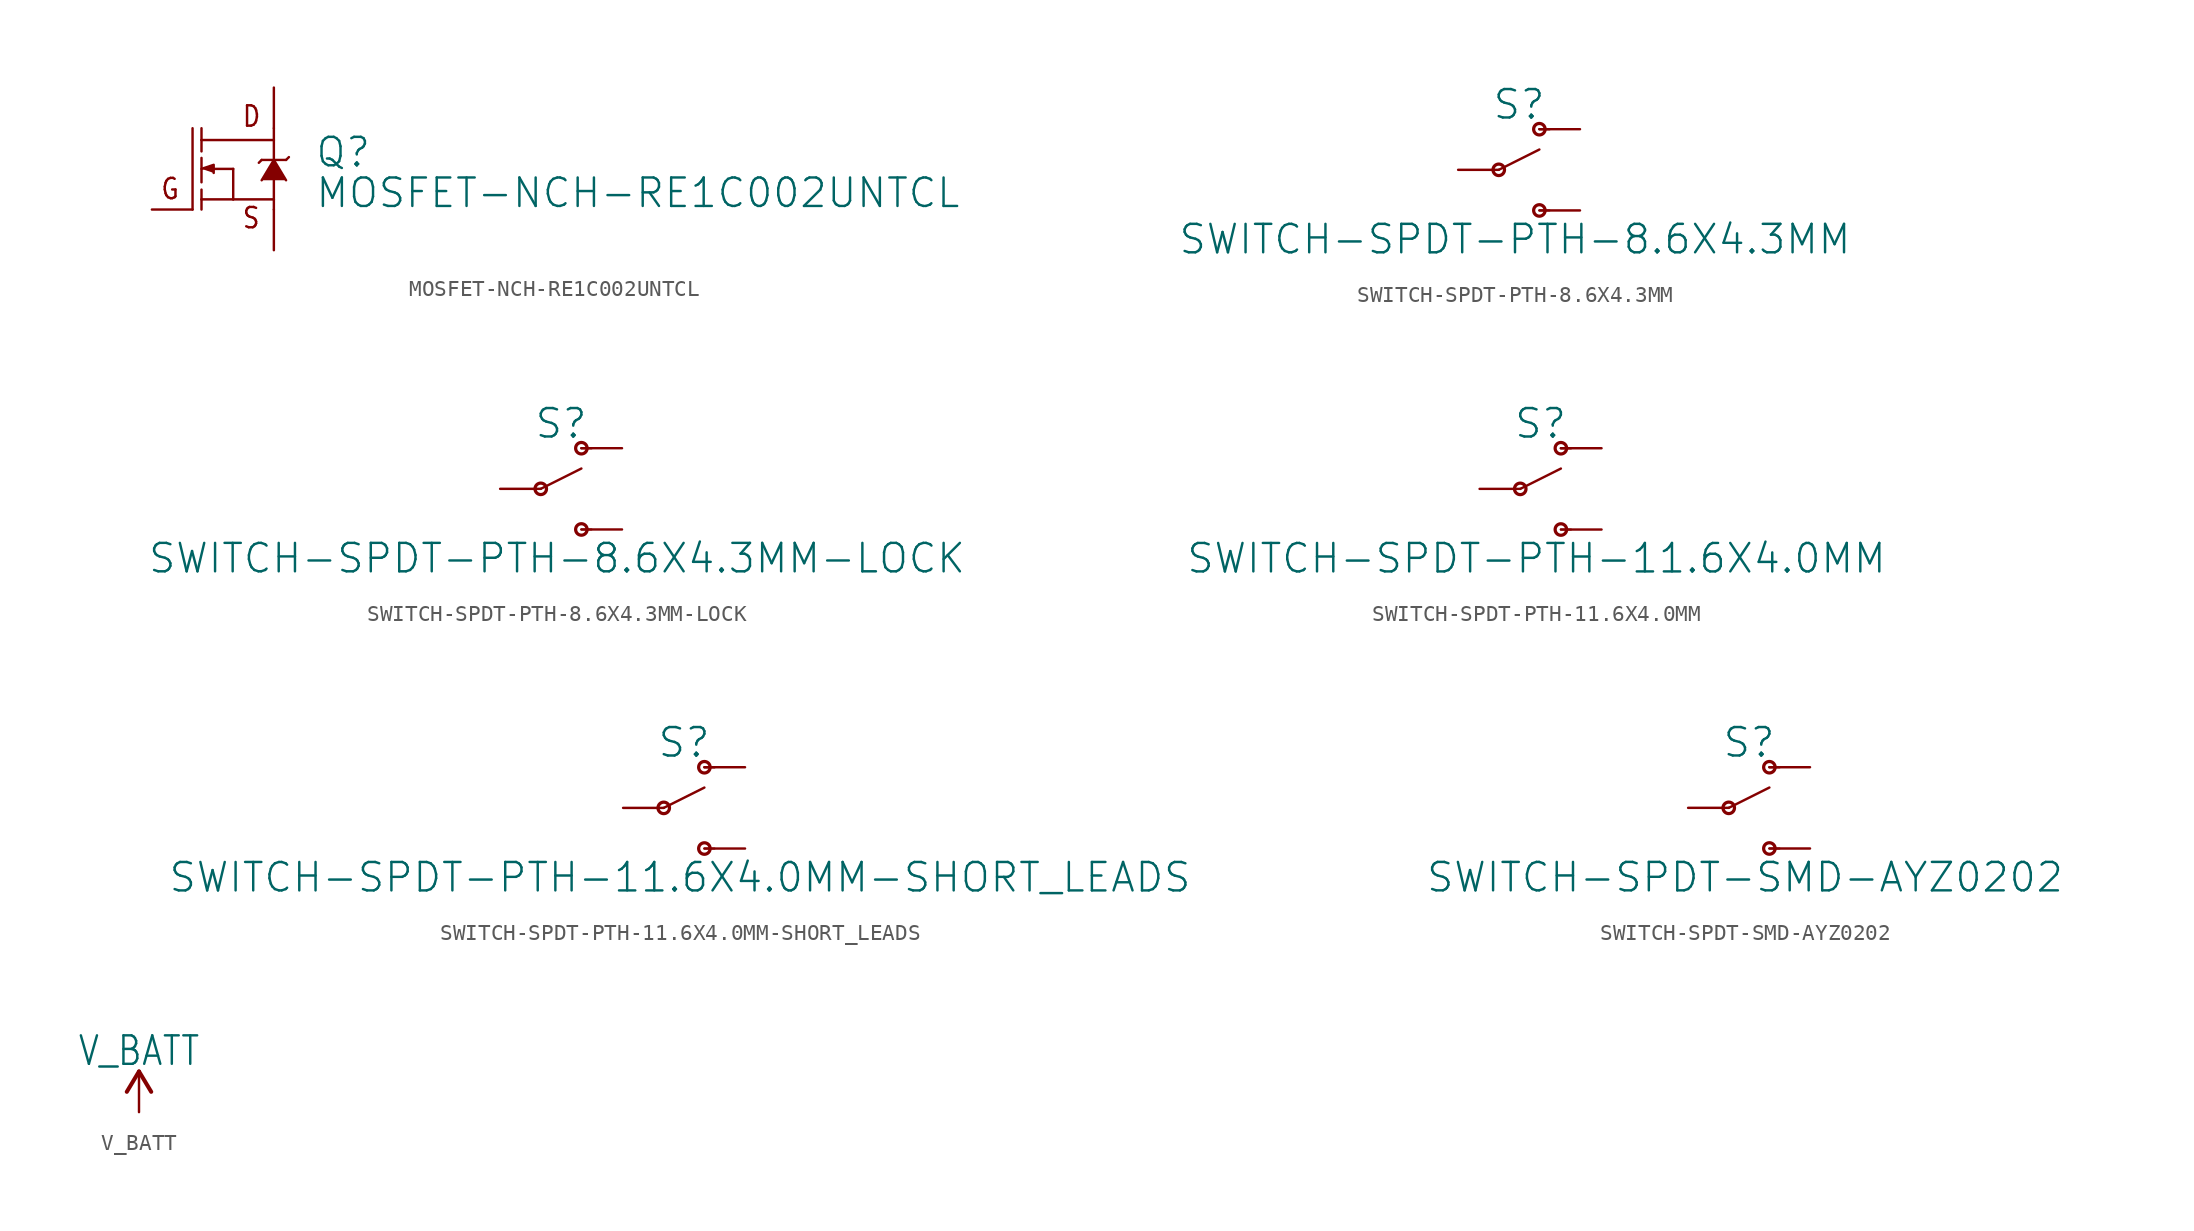
<source format=kicad_sym>
(kicad_symbol_lib
  (version 20211014)
  (generator kicad_symbol_editor)
  (symbol "MOSFET-NCH-RE1C002UNTCL"
    (property "Reference" "Q"
      (at 5.08 0 0)
      (effects (font (size 1.778 1.778)) (justify left bottom)))
    (property "Value" "MOSFET-NCH-RE1C002UNTCL"
      (at 5.08 -2.54 0)
      (effects (font (size 1.778 1.778)) (justify left bottom)))
    (property "ki_locked" ""
      (at 0 0 0)
      (effects (font (size 1.27 1.27))))
    (symbol "MOSFET-NCH-RE1C002UNTCL_1_0"
      (polyline (pts (xy -2.54 -2.54) (xy -2.54 2.54)) (stroke (width 0.152) (type default) (color 0 0 0 0)) (fill (type none)))
      (polyline (pts (xy -1.981 -1.905) (xy -1.981 -2.54)) (stroke (width 0.152) (type default) (color 0 0 0 0)) (fill (type none)))
      (polyline (pts (xy -1.981 -1.905) (xy 0 -1.905)) (stroke (width 0.152) (type default) (color 0 0 0 0)) (fill (type none)))
      (polyline (pts (xy -1.981 -1.295) (xy -1.981 -1.905)) (stroke (width 0.152) (type default) (color 0 0 0 0)) (fill (type none)))
      (polyline (pts (xy -1.981 0.686) (xy -1.981 -0.838)) (stroke (width 0.152) (type default) (color 0 0 0 0)) (fill (type none)))
      (polyline (pts (xy -1.981 1.803) (xy -1.981 1.092)) (stroke (width 0.152) (type default) (color 0 0 0 0)) (fill (type none)))
      (polyline (pts (xy -1.981 1.803) (xy 2.54 1.803)) (stroke (width 0.152) (type default) (color 0 0 0 0)) (fill (type none)))
      (polyline (pts (xy -1.981 2.54) (xy -1.981 1.803)) (stroke (width 0.152) (type default) (color 0 0 0 0)) (fill (type none)))
      (polyline (pts (xy 0 -1.905) (xy 0 0)) (stroke (width 0.152) (type default) (color 0 0 0 0)) (fill (type none)))
      (polyline (pts (xy 0 0) (xy -1.219 0)) (stroke (width 0.152) (type default) (color 0 0 0 0)) (fill (type none)))
      (polyline (pts (xy 1.6 0.381) (xy 1.778 0.559)) (stroke (width 0.152) (type default) (color 0 0 0 0)) (fill (type none)))
      (polyline (pts (xy 2.54 -2.54) (xy 2.54 -1.905)) (stroke (width 0.152) (type default) (color 0 0 0 0)) (fill (type none)))
      (polyline (pts (xy 2.54 -1.905) (xy 0 -1.905)) (stroke (width 0.152) (type default) (color 0 0 0 0)) (fill (type none)))
      (polyline (pts (xy 2.54 -0.711) (xy 2.54 -1.905)) (stroke (width 0.152) (type default) (color 0 0 0 0)) (fill (type none)))
      (polyline (pts (xy 2.54 0.559) (xy 1.778 0.559)) (stroke (width 0.152) (type default) (color 0 0 0 0)) (fill (type none)))
      (polyline (pts (xy 2.54 0.559) (xy 3.302 0.559)) (stroke (width 0.152) (type default) (color 0 0 0 0)) (fill (type none)))
      (polyline (pts (xy 2.54 1.803) (xy 2.54 0.559)) (stroke (width 0.152) (type default) (color 0 0 0 0)) (fill (type none)))
      (polyline (pts (xy 2.54 2.54) (xy 2.54 1.803)) (stroke (width 0.152) (type default) (color 0 0 0 0)) (fill (type none)))
      (polyline (pts (xy 3.302 0.559) (xy 3.48 0.737)) (stroke (width 0.152) (type default) (color 0 0 0 0)) (fill (type none)))
      (polyline (pts (xy -1.981 0) (xy -1.219 0.254) (xy -1.219 -0.254)) (stroke (width 0) (type default) (color 0 0 0 0)) (fill (type outline)))
      (polyline (pts (xy 1.778 -0.711) (xy 2.54 0.559) (xy 3.302 -0.711)) (stroke (width 0) (type default) (color 0 0 0 0)) (fill (type outline)))
      (text "D" (at 0.508 2.54 0) (effects (font (size 1.27 1.079)) (justify left bottom)))
      (text "G" (at -3.302 -0.508 0) (effects (font (size 1.27 1.079)) (justify right top)))
      (text "S" (at 0.508 -3.81 0) (effects (font (size 1.27 1.079)) (justify left bottom)))
      (pin bidirectional line (at -5.08 -2.54 0) (length 2.54) (name "G" (effects (font (size 0 0)))) (number "1" (effects (font (size 0 0)))))
      (pin bidirectional line (at 2.54 -5.08 90) (length 2.54) (name "S" (effects (font (size 0 0)))) (number "2" (effects (font (size 0 0)))))
      (pin bidirectional line (at 2.54 5.08 270) (length 2.54) (name "D" (effects (font (size 0 0)))) (number "3" (effects (font (size 0 0)))))))
  (symbol "SWITCH-SPDT-PTH-8.6X4.3MM"
    (property "Reference" "S"
      (at 1.27 3.048 0)
      (effects (font (size 1.778 1.778)) (justify bottom)))
    (property "Value" "SWITCH-SPDT-PTH-8.6X4.3MM"
      (at 1.016 -3.302 0)
      (effects (font (size 1.778 1.778)) (justify top)))
    (property "ki_locked" ""
      (at 0 0 0)
      (effects (font (size 1.27 1.27))))
    (symbol "SWITCH-SPDT-PTH-8.6X4.3MM_1_0"
      (polyline (pts (xy 0 0) (xy 2.54 1.27)) (stroke (width 0.152) (type default) (color 0 0 0 0)) (fill (type none)))
      (polyline (pts (xy 2.54 -2.54) (xy 3.175 -2.54)) (stroke (width 0.127) (type default) (color 0 0 0 0)) (fill (type none)))
      (polyline (pts (xy 2.54 2.54) (xy 3.175 2.54)) (stroke (width 0.152) (type default) (color 0 0 0 0)) (fill (type none)))
      (circle (center 0 0) (radius 0.359) (stroke (width 0.203) (type default) (color 0 0 0 0)) (fill (type none)))
      (circle (center 2.54 -2.54) (radius 0.359) (stroke (width 0.203) (type default) (color 0 0 0 0)) (fill (type none)))
      (circle (center 2.54 2.54) (radius 0.359) (stroke (width 0.203) (type default) (color 0 0 0 0)) (fill (type none)))
      (pin passive line (at 5.08 2.54 180) (length 2.54) (name "O" (effects (font (size 0 0)))) (number "1" (effects (font (size 0 0)))))
      (pin passive line (at -2.54 0 0) (length 2.54) (name "P" (effects (font (size 0 0)))) (number "2" (effects (font (size 0 0)))))
      (pin passive line (at 5.08 -2.54 180) (length 2.54) (name "S" (effects (font (size 0 0)))) (number "3" (effects (font (size 0 0)))))))
  (symbol "SWITCH-SPDT-PTH-8.6X4.3MM-LOCK"
    (property "Reference" "S"
      (at 1.27 3.048 0)
      (effects (font (size 1.778 1.778)) (justify bottom)))
    (property "Value" "SWITCH-SPDT-PTH-8.6X4.3MM-LOCK"
      (at 1.016 -3.302 0)
      (effects (font (size 1.778 1.778)) (justify top)))
    (property "ki_locked" ""
      (at 0 0 0)
      (effects (font (size 1.27 1.27))))
    (symbol "SWITCH-SPDT-PTH-8.6X4.3MM-LOCK_1_0"
      (polyline (pts (xy 0 0) (xy 2.54 1.27)) (stroke (width 0.152) (type default) (color 0 0 0 0)) (fill (type none)))
      (polyline (pts (xy 2.54 -2.54) (xy 3.175 -2.54)) (stroke (width 0.127) (type default) (color 0 0 0 0)) (fill (type none)))
      (polyline (pts (xy 2.54 2.54) (xy 3.175 2.54)) (stroke (width 0.152) (type default) (color 0 0 0 0)) (fill (type none)))
      (circle (center 0 0) (radius 0.359) (stroke (width 0.203) (type default) (color 0 0 0 0)) (fill (type none)))
      (circle (center 2.54 -2.54) (radius 0.359) (stroke (width 0.203) (type default) (color 0 0 0 0)) (fill (type none)))
      (circle (center 2.54 2.54) (radius 0.359) (stroke (width 0.203) (type default) (color 0 0 0 0)) (fill (type none)))
      (pin passive line (at 5.08 2.54 180) (length 2.54) (name "O" (effects (font (size 0 0)))) (number "1" (effects (font (size 0 0)))))
      (pin passive line (at -2.54 0 0) (length 2.54) (name "P" (effects (font (size 0 0)))) (number "2" (effects (font (size 0 0)))))
      (pin passive line (at 5.08 -2.54 180) (length 2.54) (name "S" (effects (font (size 0 0)))) (number "3" (effects (font (size 0 0)))))))
  (symbol "SWITCH-SPDT-PTH-11.6X4.0MM"
    (property "Reference" "S"
      (at 1.27 3.048 0)
      (effects (font (size 1.778 1.778)) (justify bottom)))
    (property "Value" "SWITCH-SPDT-PTH-11.6X4.0MM"
      (at 1.016 -3.302 0)
      (effects (font (size 1.778 1.778)) (justify top)))
    (property "ki_locked" ""
      (at 0 0 0)
      (effects (font (size 1.27 1.27))))
    (symbol "SWITCH-SPDT-PTH-11.6X4.0MM_1_0"
      (polyline (pts (xy 0 0) (xy 2.54 1.27)) (stroke (width 0.152) (type default) (color 0 0 0 0)) (fill (type none)))
      (polyline (pts (xy 2.54 -2.54) (xy 3.175 -2.54)) (stroke (width 0.127) (type default) (color 0 0 0 0)) (fill (type none)))
      (polyline (pts (xy 2.54 2.54) (xy 3.175 2.54)) (stroke (width 0.152) (type default) (color 0 0 0 0)) (fill (type none)))
      (circle (center 0 0) (radius 0.359) (stroke (width 0.203) (type default) (color 0 0 0 0)) (fill (type none)))
      (circle (center 2.54 -2.54) (radius 0.359) (stroke (width 0.203) (type default) (color 0 0 0 0)) (fill (type none)))
      (circle (center 2.54 2.54) (radius 0.359) (stroke (width 0.203) (type default) (color 0 0 0 0)) (fill (type none)))
      (pin passive line (at 5.08 2.54 180) (length 2.54) (name "O" (effects (font (size 0 0)))) (number "1" (effects (font (size 0 0)))))
      (pin passive line (at -2.54 0 0) (length 2.54) (name "P" (effects (font (size 0 0)))) (number "2" (effects (font (size 0 0)))))
      (pin passive line (at 5.08 -2.54 180) (length 2.54) (name "S" (effects (font (size 0 0)))) (number "3" (effects (font (size 0 0)))))))
  (symbol "SWITCH-SPDT-PTH-11.6X4.0MM-SHORT_LEADS"
    (property "Reference" "S"
      (at 1.27 3.048 0)
      (effects (font (size 1.778 1.778)) (justify bottom)))
    (property "Value" "SWITCH-SPDT-PTH-11.6X4.0MM-SHORT_LEADS"
      (at 1.016 -3.302 0)
      (effects (font (size 1.778 1.778)) (justify top)))
    (property "ki_locked" ""
      (at 0 0 0)
      (effects (font (size 1.27 1.27))))
    (symbol "SWITCH-SPDT-PTH-11.6X4.0MM-SHORT_LEADS_1_0"
      (polyline (pts (xy 0 0) (xy 2.54 1.27)) (stroke (width 0.152) (type default) (color 0 0 0 0)) (fill (type none)))
      (polyline (pts (xy 2.54 -2.54) (xy 3.175 -2.54)) (stroke (width 0.127) (type default) (color 0 0 0 0)) (fill (type none)))
      (polyline (pts (xy 2.54 2.54) (xy 3.175 2.54)) (stroke (width 0.152) (type default) (color 0 0 0 0)) (fill (type none)))
      (circle (center 0 0) (radius 0.359) (stroke (width 0.203) (type default) (color 0 0 0 0)) (fill (type none)))
      (circle (center 2.54 -2.54) (radius 0.359) (stroke (width 0.203) (type default) (color 0 0 0 0)) (fill (type none)))
      (circle (center 2.54 2.54) (radius 0.359) (stroke (width 0.203) (type default) (color 0 0 0 0)) (fill (type none)))
      (pin passive line (at 5.08 2.54 180) (length 2.54) (name "O" (effects (font (size 0 0)))) (number "1" (effects (font (size 0 0)))))
      (pin passive line (at -2.54 0 0) (length 2.54) (name "P" (effects (font (size 0 0)))) (number "2" (effects (font (size 0 0)))))
      (pin passive line (at 5.08 -2.54 180) (length 2.54) (name "S" (effects (font (size 0 0)))) (number "3" (effects (font (size 0 0)))))))
  (symbol "SWITCH-SPDT-SMD-AYZ0202"
    (property "Reference" "S"
      (at 1.27 3.048 0)
      (effects (font (size 1.778 1.778)) (justify bottom)))
    (property "Value" "SWITCH-SPDT-SMD-AYZ0202"
      (at 1.016 -3.302 0)
      (effects (font (size 1.778 1.778)) (justify top)))
    (property "ki_locked" ""
      (at 0 0 0)
      (effects (font (size 1.27 1.27))))
    (symbol "SWITCH-SPDT-SMD-AYZ0202_1_0"
      (polyline (pts (xy 0 0) (xy 2.54 1.27)) (stroke (width 0.152) (type default) (color 0 0 0 0)) (fill (type none)))
      (polyline (pts (xy 2.54 -2.54) (xy 3.175 -2.54)) (stroke (width 0.127) (type default) (color 0 0 0 0)) (fill (type none)))
      (polyline (pts (xy 2.54 2.54) (xy 3.175 2.54)) (stroke (width 0.152) (type default) (color 0 0 0 0)) (fill (type none)))
      (circle (center 0 0) (radius 0.359) (stroke (width 0.203) (type default) (color 0 0 0 0)) (fill (type none)))
      (circle (center 2.54 -2.54) (radius 0.359) (stroke (width 0.203) (type default) (color 0 0 0 0)) (fill (type none)))
      (circle (center 2.54 2.54) (radius 0.359) (stroke (width 0.203) (type default) (color 0 0 0 0)) (fill (type none)))
      (pin passive line (at 5.08 2.54 180) (length 2.54) (name "O" (effects (font (size 0 0)))) (number "1" (effects (font (size 0 0)))))
      (pin passive line (at -2.54 0 0) (length 2.54) (name "P" (effects (font (size 0 0)))) (number "2" (effects (font (size 0 0)))))
      (pin passive line (at 5.08 -2.54 180) (length 2.54) (name "S" (effects (font (size 0 0)))) (number "3" (effects (font (size 0 0)))))))
  (symbol "V_BATT"
    (power)
    (property "Reference" "#SUPPLY"
      (at 0 0 0)
      (effects (font (size 1.27 1.27)) hide))
    (property "Value" "V_BATT"
      (at 0 2.794 0)
      (effects (font (size 1.778 1.511)) (justify bottom)))
    (property "ki_locked" ""
      (at 0 0 0)
      (effects (font (size 1.27 1.27))))
    (symbol "V_BATT_1_0"
      (polyline (pts (xy 0 2.54) (xy -0.762 1.27)) (stroke (width 0.254) (type default) (color 0 0 0 0)) (fill (type none)))
      (polyline (pts (xy 0.762 1.27) (xy 0 2.54)) (stroke (width 0.254) (type default) (color 0 0 0 0)) (fill (type none)))
      (pin power_in line (at 0 0 90) (length 2.54) (name "V_BATT" (effects (font (size 0 0)))) (number "1" (effects (font (size 0 0))))))))
</source>
